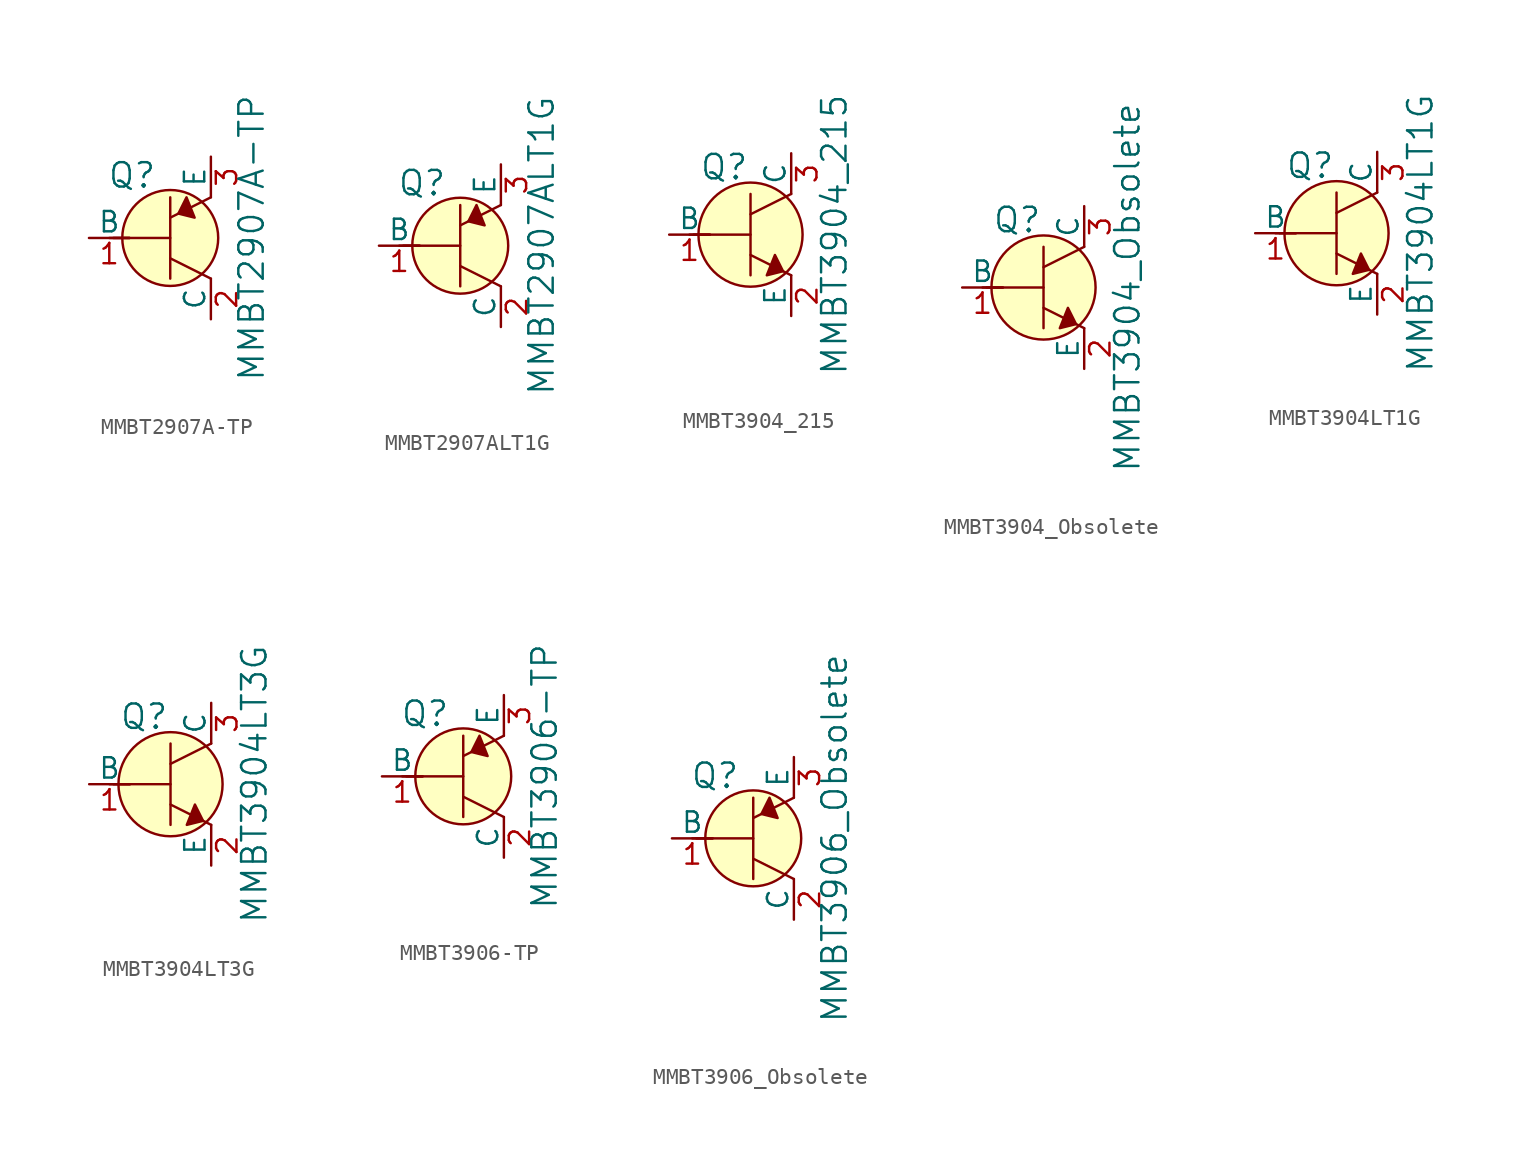
<source format=kicad_sym>
(kicad_symbol_lib
  (version 20201005)
  (generator kicad_symbol_editor)
  (symbol "MMBT2907A-TP"
    (pin_names
      (offset 0))
    (property "Reference" "Q"
      (at -2.388 3.912 0)
      (effects (font (size 1.524 1.524))))
    (property "Value" "MMBT2907A-TP"
      (at 5.08 0 90)
      (effects (font (size 1.524 1.524))))
    (symbol "MMBT2907A-TP_0_1"
      (circle (center 0 0) (radius 2.997) (stroke (width 0)) (fill (type background)))
      (polyline (pts (xy -3.81 0) (xy -2.54 0)) (stroke (width 0)) (fill (type none)))
      (polyline (pts (xy -3.556 0) (xy 0 0)) (stroke (width 0)) (fill (type none)))
      (polyline (pts (xy 0 -1.27) (xy 2.54 -2.54)) (stroke (width 0)) (fill (type none)))
      (polyline (pts (xy 0 1.27) (xy 2.54 2.54)) (stroke (width 0)) (fill (type none)))
      (polyline (pts (xy 0 2.54) (xy 0 -2.54)) (stroke (width 0)) (fill (type none)))
      (polyline (pts (xy 1.016 2.54) (xy 0.508 1.524) (xy 1.524 1.27) (xy 1.016 2.54)) (stroke (width 0)) (fill (type outline))))
    (symbol "MMBT2907A-TP_1_1"
      (pin input line (at -5.08 0 0) (length 2.54) (name "B" (effects (font (size 1.27 1.27)))) (number "1" (effects (font (size 1.27 1.27)))))
      (pin passive line (at 2.54 -5.08 90) (length 2.54) (name "C" (effects (font (size 1.27 1.27)))) (number "2" (effects (font (size 1.27 1.27)))))
      (pin passive line (at 2.54 5.08 270) (length 2.54) (name "E" (effects (font (size 1.27 1.27)))) (number "3" (effects (font (size 1.27 1.27)))))))
  (symbol "MMBT2907ALT1G"
    (pin_names
      (offset 0))
    (property "Reference" "Q"
      (at -2.388 3.912 0)
      (effects (font (size 1.524 1.524))))
    (property "Value" "MMBT2907ALT1G"
      (at 5.08 0 90)
      (effects (font (size 1.524 1.524))))
    (symbol "MMBT2907ALT1G_0_1"
      (circle (center 0 0) (radius 2.997) (stroke (width 0)) (fill (type background)))
      (polyline (pts (xy -3.81 0) (xy -2.54 0)) (stroke (width 0)) (fill (type none)))
      (polyline (pts (xy -3.556 0) (xy 0 0)) (stroke (width 0)) (fill (type none)))
      (polyline (pts (xy 0 -1.27) (xy 2.54 -2.54)) (stroke (width 0)) (fill (type none)))
      (polyline (pts (xy 0 1.27) (xy 2.54 2.54)) (stroke (width 0)) (fill (type none)))
      (polyline (pts (xy 0 2.54) (xy 0 -2.54)) (stroke (width 0)) (fill (type none)))
      (polyline (pts (xy 1.016 2.54) (xy 0.508 1.524) (xy 1.524 1.27) (xy 1.016 2.54)) (stroke (width 0)) (fill (type outline))))
    (symbol "MMBT2907ALT1G_1_1"
      (pin input line (at -5.08 0 0) (length 2.54) (name "B" (effects (font (size 1.27 1.27)))) (number "1" (effects (font (size 1.27 1.27)))))
      (pin passive line (at 2.54 -5.08 90) (length 2.54) (name "C" (effects (font (size 1.27 1.27)))) (number "2" (effects (font (size 1.27 1.27)))))
      (pin passive line (at 2.54 5.08 270) (length 2.54) (name "E" (effects (font (size 1.27 1.27)))) (number "3" (effects (font (size 1.27 1.27)))))))
  (symbol "MMBT3904_215"
    (pin_names
      (offset 0))
    (property "Reference" "Q"
      (at -3.2 4.216 0)
      (effects (font (size 1.524 1.524)) (justify left)))
    (property "Value" "MMBT3904_215"
      (at 5.232 0 90)
      (effects (font (size 1.524 1.524))))
    (symbol "MMBT3904_215_0_1"
      (circle (center 0 0) (radius 3.251) (stroke (width 0)) (fill (type background)))
      (polyline (pts (xy -3.81 0) (xy -2.54 0)) (stroke (width 0)) (fill (type none)))
      (polyline (pts (xy -3.556 0) (xy 0 0)) (stroke (width 0)) (fill (type none)))
      (polyline (pts (xy 0 -1.27) (xy 2.54 -2.54)) (stroke (width 0)) (fill (type none)))
      (polyline (pts (xy 0 1.27) (xy 2.54 2.54)) (stroke (width 0)) (fill (type none)))
      (polyline (pts (xy 0 2.54) (xy 0 -2.54)) (stroke (width 0)) (fill (type none)))
      (polyline (pts (xy 1.524 -1.27) (xy 2.032 -2.286) (xy 1.016 -2.54) (xy 1.524 -1.27)) (stroke (width 0)) (fill (type outline))))
    (symbol "MMBT3904_215_1_1"
      (pin input line (at -5.08 0 0) (length 2.54) (name "B" (effects (font (size 1.27 1.27)))) (number "1" (effects (font (size 1.27 1.27)))))
      (pin passive line (at 2.54 -5.08 90) (length 2.54) (name "E" (effects (font (size 1.27 1.27)))) (number "2" (effects (font (size 1.27 1.27)))))
      (pin passive line (at 2.54 5.08 270) (length 2.54) (name "C" (effects (font (size 1.27 1.27)))) (number "3" (effects (font (size 1.27 1.27)))))))
  (symbol "MMBT3904_Obsolete"
    (pin_names
      (offset 0))
    (property "Reference" "Q"
      (at -3.2 4.216 0)
      (effects (font (size 1.524 1.524)) (justify left)))
    (property "Value" "MMBT3904_Obsolete"
      (at 5.232 0 90)
      (effects (font (size 1.524 1.524))))
    (symbol "MMBT3904_Obsolete_0_1"
      (circle (center 0 0) (radius 3.251) (stroke (width 0)) (fill (type background)))
      (polyline (pts (xy -3.81 0) (xy -2.54 0)) (stroke (width 0)) (fill (type none)))
      (polyline (pts (xy -3.556 0) (xy 0 0)) (stroke (width 0)) (fill (type none)))
      (polyline (pts (xy 0 -1.27) (xy 2.54 -2.54)) (stroke (width 0)) (fill (type none)))
      (polyline (pts (xy 0 1.27) (xy 2.54 2.54)) (stroke (width 0)) (fill (type none)))
      (polyline (pts (xy 0 2.54) (xy 0 -2.54)) (stroke (width 0)) (fill (type none)))
      (polyline (pts (xy 1.524 -1.27) (xy 2.032 -2.286) (xy 1.016 -2.54) (xy 1.524 -1.27)) (stroke (width 0)) (fill (type outline))))
    (symbol "MMBT3904_Obsolete_1_1"
      (pin input line (at -5.08 0 0) (length 2.54) (name "B" (effects (font (size 1.27 1.27)))) (number "1" (effects (font (size 1.27 1.27)))))
      (pin passive line (at 2.54 -5.08 90) (length 2.54) (name "E" (effects (font (size 1.27 1.27)))) (number "2" (effects (font (size 1.27 1.27)))))
      (pin passive line (at 2.54 5.08 270) (length 2.54) (name "C" (effects (font (size 1.27 1.27)))) (number "3" (effects (font (size 1.27 1.27)))))))
  (symbol "MMBT3904LT1G"
    (pin_names
      (offset 0))
    (property "Reference" "Q"
      (at -3.2 4.216 0)
      (effects (font (size 1.524 1.524)) (justify left)))
    (property "Value" "MMBT3904LT1G"
      (at 5.232 0 90)
      (effects (font (size 1.524 1.524))))
    (symbol "MMBT3904LT1G_0_1"
      (circle (center 0 0) (radius 3.251) (stroke (width 0)) (fill (type background)))
      (polyline (pts (xy -3.81 0) (xy -2.54 0)) (stroke (width 0)) (fill (type none)))
      (polyline (pts (xy -3.556 0) (xy 0 0)) (stroke (width 0)) (fill (type none)))
      (polyline (pts (xy 0 -1.27) (xy 2.54 -2.54)) (stroke (width 0)) (fill (type none)))
      (polyline (pts (xy 0 1.27) (xy 2.54 2.54)) (stroke (width 0)) (fill (type none)))
      (polyline (pts (xy 0 2.54) (xy 0 -2.54)) (stroke (width 0)) (fill (type none)))
      (polyline (pts (xy 1.524 -1.27) (xy 2.032 -2.286) (xy 1.016 -2.54) (xy 1.524 -1.27)) (stroke (width 0)) (fill (type outline))))
    (symbol "MMBT3904LT1G_1_1"
      (pin input line (at -5.08 0 0) (length 2.54) (name "B" (effects (font (size 1.27 1.27)))) (number "1" (effects (font (size 1.27 1.27)))))
      (pin passive line (at 2.54 -5.08 90) (length 2.54) (name "E" (effects (font (size 1.27 1.27)))) (number "2" (effects (font (size 1.27 1.27)))))
      (pin passive line (at 2.54 5.08 270) (length 2.54) (name "C" (effects (font (size 1.27 1.27)))) (number "3" (effects (font (size 1.27 1.27)))))))
  (symbol "MMBT3904LT3G"
    (pin_names
      (offset 0))
    (property "Reference" "Q"
      (at -3.2 4.216 0)
      (effects (font (size 1.524 1.524)) (justify left)))
    (property "Value" "MMBT3904LT3G"
      (at 5.232 0 90)
      (effects (font (size 1.524 1.524))))
    (symbol "MMBT3904LT3G_0_1"
      (circle (center 0 0) (radius 3.251) (stroke (width 0)) (fill (type background)))
      (polyline (pts (xy -3.81 0) (xy -2.54 0)) (stroke (width 0)) (fill (type none)))
      (polyline (pts (xy -3.556 0) (xy 0 0)) (stroke (width 0)) (fill (type none)))
      (polyline (pts (xy 0 -1.27) (xy 2.54 -2.54)) (stroke (width 0)) (fill (type none)))
      (polyline (pts (xy 0 1.27) (xy 2.54 2.54)) (stroke (width 0)) (fill (type none)))
      (polyline (pts (xy 0 2.54) (xy 0 -2.54)) (stroke (width 0)) (fill (type none)))
      (polyline (pts (xy 1.524 -1.27) (xy 2.032 -2.286) (xy 1.016 -2.54) (xy 1.524 -1.27)) (stroke (width 0)) (fill (type outline))))
    (symbol "MMBT3904LT3G_1_1"
      (pin input line (at -5.08 0 0) (length 2.54) (name "B" (effects (font (size 1.27 1.27)))) (number "1" (effects (font (size 1.27 1.27)))))
      (pin passive line (at 2.54 -5.08 90) (length 2.54) (name "E" (effects (font (size 1.27 1.27)))) (number "2" (effects (font (size 1.27 1.27)))))
      (pin passive line (at 2.54 5.08 270) (length 2.54) (name "C" (effects (font (size 1.27 1.27)))) (number "3" (effects (font (size 1.27 1.27)))))))
  (symbol "MMBT3906-TP"
    (pin_names
      (offset 0))
    (property "Reference" "Q"
      (at -2.388 3.912 0)
      (effects (font (size 1.524 1.524))))
    (property "Value" "MMBT3906-TP"
      (at 5.08 0 90)
      (effects (font (size 1.524 1.524))))
    (symbol "MMBT3906-TP_0_1"
      (circle (center 0 0) (radius 2.997) (stroke (width 0)) (fill (type background)))
      (polyline (pts (xy -3.81 0) (xy -2.54 0)) (stroke (width 0)) (fill (type none)))
      (polyline (pts (xy -3.556 0) (xy 0 0)) (stroke (width 0)) (fill (type none)))
      (polyline (pts (xy 0 -1.27) (xy 2.54 -2.54)) (stroke (width 0)) (fill (type none)))
      (polyline (pts (xy 0 1.27) (xy 2.54 2.54)) (stroke (width 0)) (fill (type none)))
      (polyline (pts (xy 0 2.54) (xy 0 -2.54)) (stroke (width 0)) (fill (type none)))
      (polyline (pts (xy 1.016 2.54) (xy 0.508 1.524) (xy 1.524 1.27) (xy 1.016 2.54)) (stroke (width 0)) (fill (type outline))))
    (symbol "MMBT3906-TP_1_1"
      (pin input line (at -5.08 0 0) (length 2.54) (name "B" (effects (font (size 1.27 1.27)))) (number "1" (effects (font (size 1.27 1.27)))))
      (pin passive line (at 2.54 -5.08 90) (length 2.54) (name "C" (effects (font (size 1.27 1.27)))) (number "2" (effects (font (size 1.27 1.27)))))
      (pin passive line (at 2.54 5.08 270) (length 2.54) (name "E" (effects (font (size 1.27 1.27)))) (number "3" (effects (font (size 1.27 1.27)))))))
  (symbol "MMBT3906_Obsolete"
    (pin_names
      (offset 0))
    (property "Reference" "Q"
      (at -2.388 3.912 0)
      (effects (font (size 1.524 1.524))))
    (property "Value" "MMBT3906_Obsolete"
      (at 5.08 0 90)
      (effects (font (size 1.524 1.524))))
    (symbol "MMBT3906_Obsolete_0_1"
      (circle (center 0 0) (radius 2.997) (stroke (width 0)) (fill (type background)))
      (polyline (pts (xy -3.81 0) (xy -2.54 0)) (stroke (width 0)) (fill (type none)))
      (polyline (pts (xy -3.556 0) (xy 0 0)) (stroke (width 0)) (fill (type none)))
      (polyline (pts (xy 0 -1.27) (xy 2.54 -2.54)) (stroke (width 0)) (fill (type none)))
      (polyline (pts (xy 0 1.27) (xy 2.54 2.54)) (stroke (width 0)) (fill (type none)))
      (polyline (pts (xy 0 2.54) (xy 0 -2.54)) (stroke (width 0)) (fill (type none)))
      (polyline (pts (xy 1.016 2.54) (xy 0.508 1.524) (xy 1.524 1.27) (xy 1.016 2.54)) (stroke (width 0)) (fill (type outline))))
    (symbol "MMBT3906_Obsolete_1_1"
      (pin input line (at -5.08 0 0) (length 2.54) (name "B" (effects (font (size 1.27 1.27)))) (number "1" (effects (font (size 1.27 1.27)))))
      (pin passive line (at 2.54 -5.08 90) (length 2.54) (name "C" (effects (font (size 1.27 1.27)))) (number "2" (effects (font (size 1.27 1.27)))))
      (pin passive line (at 2.54 5.08 270) (length 2.54) (name "E" (effects (font (size 1.27 1.27)))) (number "3" (effects (font (size 1.27 1.27))))))))
</source>
